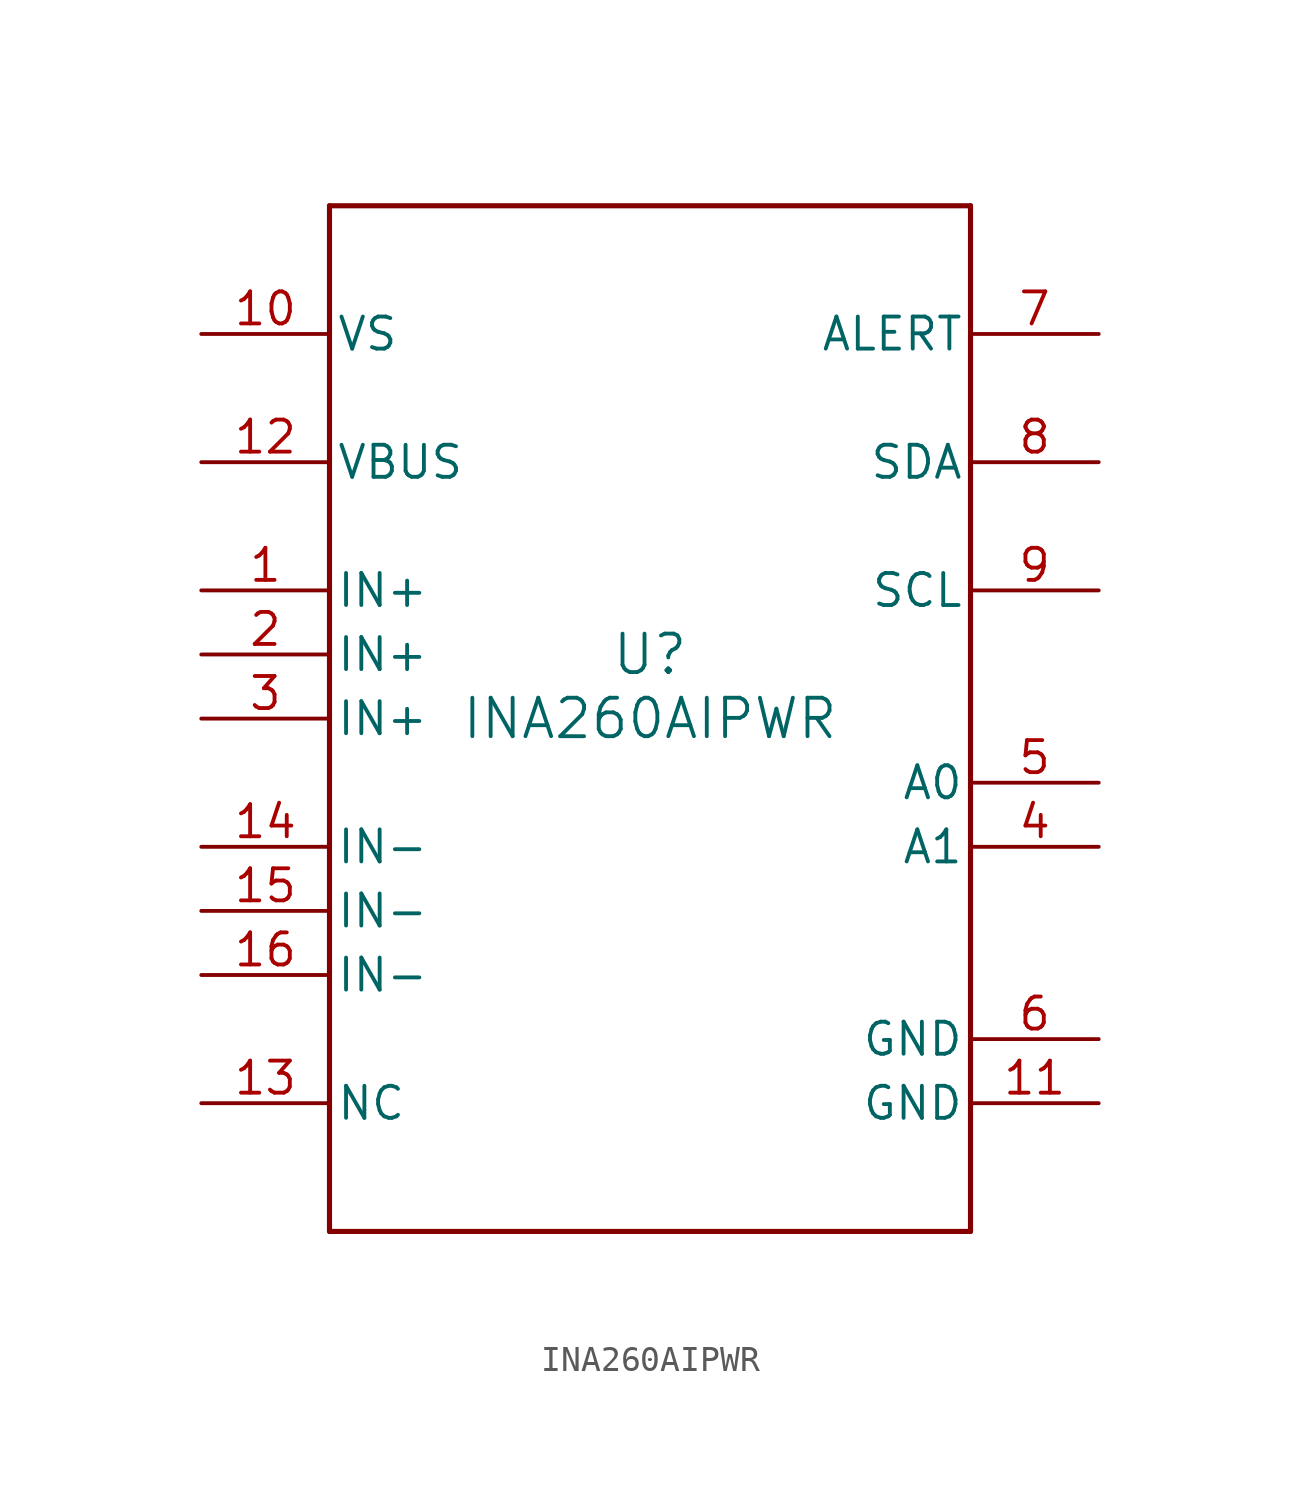
<source format=kicad_sym>
(kicad_symbol_lib
  (version 20220914)
  (generator kicad_symbol_editor)
  (symbol "INA260AIPWR"
    (pin_names
      (offset 0.254))
    (property "Reference" "U"
      (at 0 2.54 0)
      (effects (font (size 1.524 1.524))))
    (property "Value" "INA260AIPWR"
      (at 0 0 0)
      (effects (font (size 1.524 1.524))))
    (property "ki_locked" ""
      (at 0 0 0)
      (effects (font (size 1.27 1.27))))
    (symbol "INA260AIPWR_0_1"
      (polyline (pts (xy -12.7 -20.32) (xy 12.7 -20.32)) (stroke (width 0.203) (type default)) (fill (type none)))
      (polyline (pts (xy -12.7 20.32) (xy -12.7 -20.32)) (stroke (width 0.203) (type default)) (fill (type none)))
      (polyline (pts (xy 12.7 -20.32) (xy 12.7 20.32)) (stroke (width 0.203) (type default)) (fill (type none)))
      (polyline (pts (xy 12.7 20.32) (xy -12.7 20.32)) (stroke (width 0.203) (type default)) (fill (type none)))
      (pin power_in line (at -17.78 5.08 0) (length 5.08) (name "IN+" (effects (font (size 1.27 1.27)))) (number "1" (effects (font (size 1.27 1.27)))))
      (pin power_in line (at -17.78 15.24 0) (length 5.08) (name "VS" (effects (font (size 1.27 1.27)))) (number "10" (effects (font (size 1.27 1.27)))))
      (pin power_in line (at 17.78 -15.24 180) (length 5.08) (name "GND" (effects (font (size 1.27 1.27)))) (number "11" (effects (font (size 1.27 1.27)))))
      (pin power_in line (at -17.78 10.16 0) (length 5.08) (name "VBUS" (effects (font (size 1.27 1.27)))) (number "12" (effects (font (size 1.27 1.27)))))
      (pin unspecified line (at -17.78 -15.24 0) (length 5.08) (name "NC" (effects (font (size 1.27 1.27)))) (number "13" (effects (font (size 1.27 1.27)))))
      (pin power_in line (at -17.78 -5.08 0) (length 5.08) (name "IN-" (effects (font (size 1.27 1.27)))) (number "14" (effects (font (size 1.27 1.27)))))
      (pin power_in line (at -17.78 -7.62 0) (length 5.08) (name "IN-" (effects (font (size 1.27 1.27)))) (number "15" (effects (font (size 1.27 1.27)))))
      (pin power_in line (at -17.78 -10.16 0) (length 5.08) (name "IN-" (effects (font (size 1.27 1.27)))) (number "16" (effects (font (size 1.27 1.27)))))
      (pin power_in line (at -17.78 2.54 0) (length 5.08) (name "IN+" (effects (font (size 1.27 1.27)))) (number "2" (effects (font (size 1.27 1.27)))))
      (pin power_in line (at -17.78 0 0) (length 5.08) (name "IN+" (effects (font (size 1.27 1.27)))) (number "3" (effects (font (size 1.27 1.27)))))
      (pin input line (at 17.78 -5.08 180) (length 5.08) (name "A1" (effects (font (size 1.27 1.27)))) (number "4" (effects (font (size 1.27 1.27)))))
      (pin input line (at 17.78 -2.54 180) (length 5.08) (name "A0" (effects (font (size 1.27 1.27)))) (number "5" (effects (font (size 1.27 1.27)))))
      (pin power_in line (at 17.78 -12.7 180) (length 5.08) (name "GND" (effects (font (size 1.27 1.27)))) (number "6" (effects (font (size 1.27 1.27)))))
      (pin open_collector line (at 17.78 15.24 180) (length 5.08) (name "ALERT" (effects (font (size 1.27 1.27)))) (number "7" (effects (font (size 1.27 1.27)))))
      (pin bidirectional line (at 17.78 10.16 180) (length 5.08) (name "SDA" (effects (font (size 1.27 1.27)))) (number "8" (effects (font (size 1.27 1.27)))))
      (pin input line (at 17.78 5.08 180) (length 5.08) (name "SCL" (effects (font (size 1.27 1.27)))) (number "9" (effects (font (size 1.27 1.27))))))))
</source>
